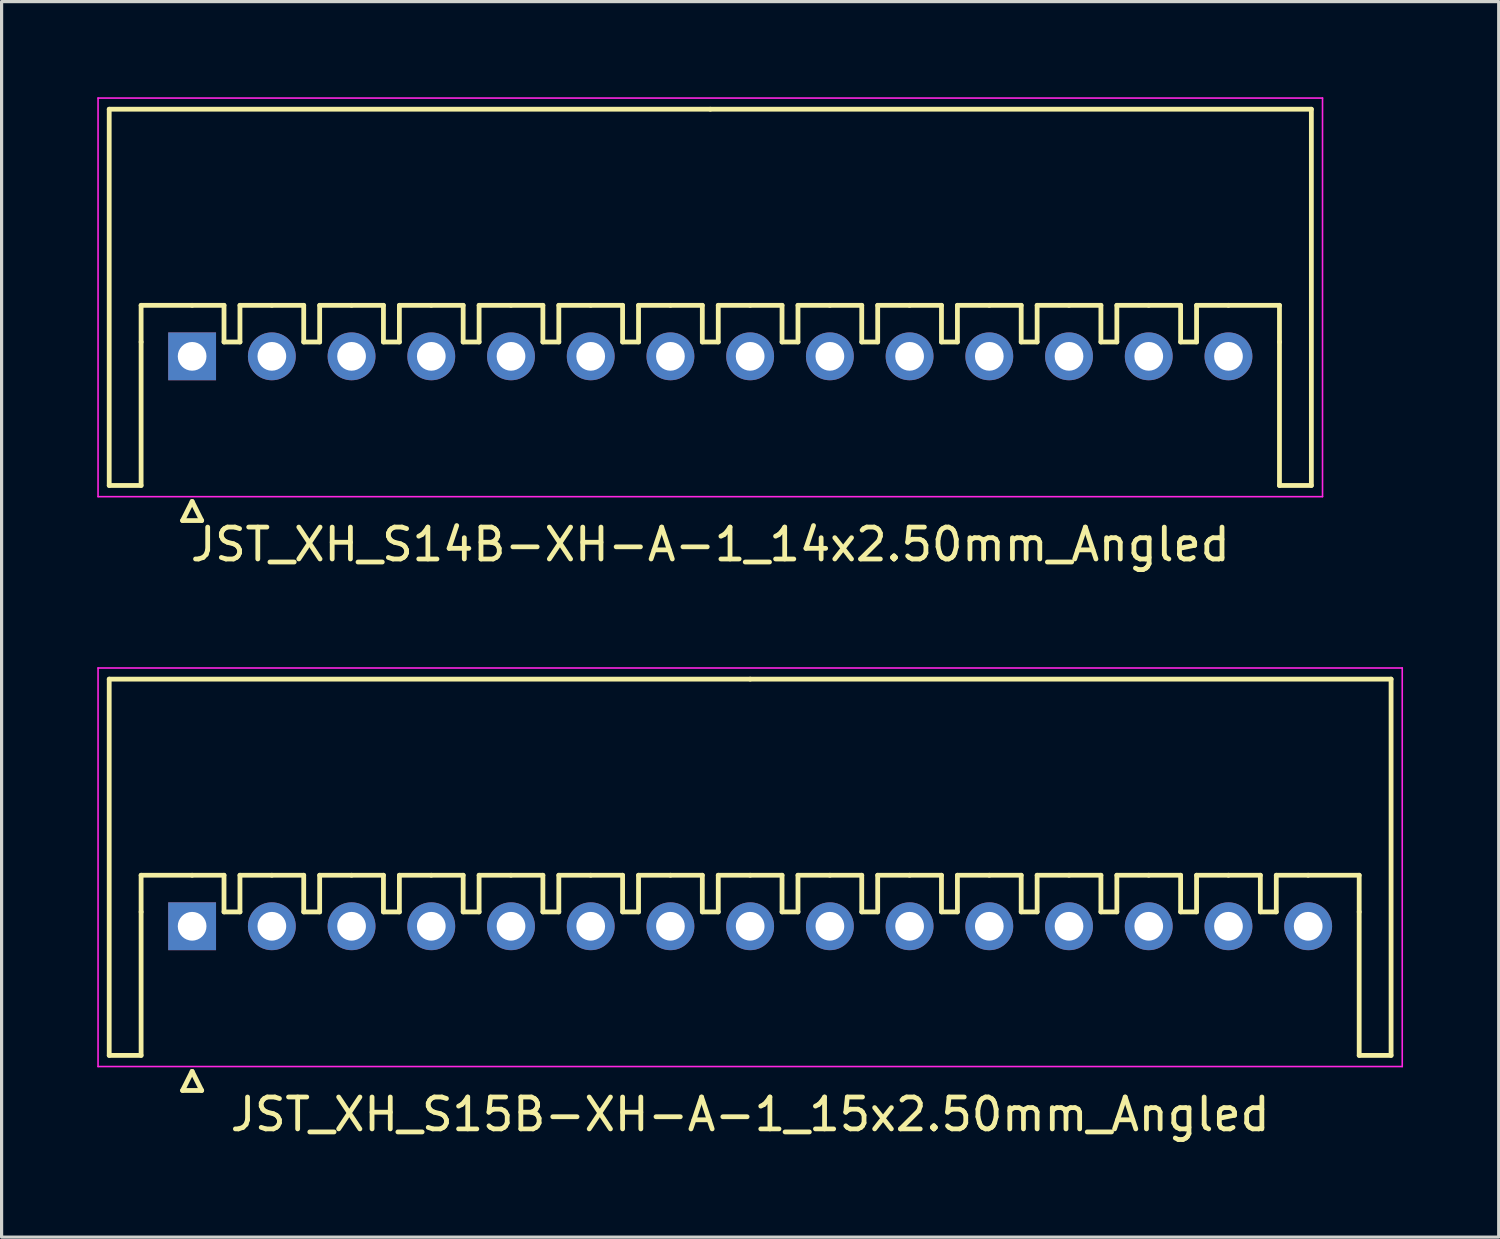
<source format=kicad_pcb>
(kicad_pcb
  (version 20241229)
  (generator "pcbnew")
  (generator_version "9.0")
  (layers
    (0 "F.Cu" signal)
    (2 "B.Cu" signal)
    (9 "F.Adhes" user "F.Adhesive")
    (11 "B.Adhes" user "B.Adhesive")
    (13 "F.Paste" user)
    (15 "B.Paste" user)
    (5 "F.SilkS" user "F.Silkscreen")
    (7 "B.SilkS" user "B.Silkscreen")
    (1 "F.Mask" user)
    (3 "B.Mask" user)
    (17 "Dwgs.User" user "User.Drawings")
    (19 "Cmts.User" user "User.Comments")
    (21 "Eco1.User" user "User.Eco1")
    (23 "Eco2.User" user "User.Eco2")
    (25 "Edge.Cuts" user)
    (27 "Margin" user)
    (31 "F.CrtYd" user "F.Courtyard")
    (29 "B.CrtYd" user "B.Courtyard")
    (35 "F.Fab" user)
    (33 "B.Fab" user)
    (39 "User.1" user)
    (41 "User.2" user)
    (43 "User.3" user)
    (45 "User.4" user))
  (footprint "JST_XH_S15B-XH-A-1_15x2.50mm_Angled"
    (layer "F.Cu")
    (at 2.975 25.998)
    (property "Reference" "JST_XH_S15B-XH-A-1_15x2.50mm_Angled" (at 17.5 5.9 0) (layer "F.SilkS") (effects (font (size 1 1) (thickness 0.15))))
    (attr through_hole)
    (fp_line (start -2.6 -7.75) (end -2.6 4.05) (stroke (width 0.15) (type solid)) (layer "F.SilkS"))
    (fp_line (start -2.6 4.05) (end -1.6 4.05) (stroke (width 0.15) (type solid)) (layer "F.SilkS"))
    (fp_line (start -1.6 -1.6) (end 0 -1.6) (stroke (width 0.15) (type solid)) (layer "F.SilkS"))
    (fp_line (start -1.6 -0.45) (end -1.6 -1.6) (stroke (width 0.15) (type solid)) (layer "F.SilkS"))
    (fp_line (start -1.6 4.05) (end -1.6 -0.45) (stroke (width 0.15) (type solid)) (layer "F.SilkS"))
    (fp_line (start -0.3 5.15) (end 0.3 5.15) (stroke (width 0.15) (type solid)) (layer "F.SilkS"))
    (fp_line (start 0 -1.6) (end 1 -1.6) (stroke (width 0.15) (type solid)) (layer "F.SilkS"))
    (fp_line (start 0 4.55) (end -0.3 5.15) (stroke (width 0.15) (type solid)) (layer "F.SilkS"))
    (fp_line (start 0.3 5.15) (end 0 4.55) (stroke (width 0.15) (type solid)) (layer "F.SilkS"))
    (fp_line (start 1 -1.6) (end 1 -0.45) (stroke (width 0.15) (type solid)) (layer "F.SilkS"))
    (fp_line (start 1 -0.45) (end 1.5 -0.45) (stroke (width 0.15) (type solid)) (layer "F.SilkS"))
    (fp_line (start 1.5 -1.6) (end 2.5 -1.6) (stroke (width 0.15) (type solid)) (layer "F.SilkS"))
    (fp_line (start 1.5 -0.45) (end 1.5 -1.6) (stroke (width 0.15) (type solid)) (layer "F.SilkS"))
    (fp_line (start 2.5 -1.6) (end 3.5 -1.6) (stroke (width 0.15) (type solid)) (layer "F.SilkS"))
    (fp_line (start 3.5 -1.6) (end 3.5 -0.45) (stroke (width 0.15) (type solid)) (layer "F.SilkS"))
    (fp_line (start 3.5 -0.45) (end 4 -0.45) (stroke (width 0.15) (type solid)) (layer "F.SilkS"))
    (fp_line (start 4 -1.6) (end 5 -1.6) (stroke (width 0.15) (type solid)) (layer "F.SilkS"))
    (fp_line (start 4 -0.45) (end 4 -1.6) (stroke (width 0.15) (type solid)) (layer "F.SilkS"))
    (fp_line (start 5 -1.6) (end 6 -1.6) (stroke (width 0.15) (type solid)) (layer "F.SilkS"))
    (fp_line (start 6 -1.6) (end 6 -0.45) (stroke (width 0.15) (type solid)) (layer "F.SilkS"))
    (fp_line (start 6 -0.45) (end 6.5 -0.45) (stroke (width 0.15) (type solid)) (layer "F.SilkS"))
    (fp_line (start 6.5 -1.6) (end 7.5 -1.6) (stroke (width 0.15) (type solid)) (layer "F.SilkS"))
    (fp_line (start 6.5 -0.45) (end 6.5 -1.6) (stroke (width 0.15) (type solid)) (layer "F.SilkS"))
    (fp_line (start 7.5 -1.6) (end 8.5 -1.6) (stroke (width 0.15) (type solid)) (layer "F.SilkS"))
    (fp_line (start 8.5 -1.6) (end 8.5 -0.45) (stroke (width 0.15) (type solid)) (layer "F.SilkS"))
    (fp_line (start 8.5 -0.45) (end 9 -0.45) (stroke (width 0.15) (type solid)) (layer "F.SilkS"))
    (fp_line (start 9 -1.6) (end 10 -1.6) (stroke (width 0.15) (type solid)) (layer "F.SilkS"))
    (fp_line (start 9 -0.45) (end 9 -1.6) (stroke (width 0.15) (type solid)) (layer "F.SilkS"))
    (fp_line (start 10 -1.6) (end 11 -1.6) (stroke (width 0.15) (type solid)) (layer "F.SilkS"))
    (fp_line (start 11 -1.6) (end 11 -0.45) (stroke (width 0.15) (type solid)) (layer "F.SilkS"))
    (fp_line (start 11 -0.45) (end 11.5 -0.45) (stroke (width 0.15) (type solid)) (layer "F.SilkS"))
    (fp_line (start 11.5 -1.6) (end 12.5 -1.6) (stroke (width 0.15) (type solid)) (layer "F.SilkS"))
    (fp_line (start 11.5 -0.45) (end 11.5 -1.6) (stroke (width 0.15) (type solid)) (layer "F.SilkS"))
    (fp_line (start 12.5 -1.6) (end 13.5 -1.6) (stroke (width 0.15) (type solid)) (layer "F.SilkS"))
    (fp_line (start 13.5 -1.6) (end 13.5 -0.45) (stroke (width 0.15) (type solid)) (layer "F.SilkS"))
    (fp_line (start 13.5 -0.45) (end 14 -0.45) (stroke (width 0.15) (type solid)) (layer "F.SilkS"))
    (fp_line (start 14 -1.6) (end 15 -1.6) (stroke (width 0.15) (type solid)) (layer "F.SilkS"))
    (fp_line (start 14 -0.45) (end 14 -1.6) (stroke (width 0.15) (type solid)) (layer "F.SilkS"))
    (fp_line (start 15 -1.6) (end 16 -1.6) (stroke (width 0.15) (type solid)) (layer "F.SilkS"))
    (fp_line (start 16 -1.6) (end 16 -0.45) (stroke (width 0.15) (type solid)) (layer "F.SilkS"))
    (fp_line (start 16 -0.45) (end 16.5 -0.45) (stroke (width 0.15) (type solid)) (layer "F.SilkS"))
    (fp_line (start 16.5 -1.6) (end 17.5 -1.6) (stroke (width 0.15) (type solid)) (layer "F.SilkS"))
    (fp_line (start 16.5 -0.45) (end 16.5 -1.6) (stroke (width 0.15) (type solid)) (layer "F.SilkS"))
    (fp_line (start 17.5 -7.75) (end -2.6 -7.75) (stroke (width 0.15) (type solid)) (layer "F.SilkS"))
    (fp_line (start 17.5 -7.75) (end 37.6 -7.75) (stroke (width 0.15) (type solid)) (layer "F.SilkS"))
    (fp_line (start 17.5 -1.6) (end 18.5 -1.6) (stroke (width 0.15) (type solid)) (layer "F.SilkS"))
    (fp_line (start 18.5 -1.6) (end 18.5 -0.45) (stroke (width 0.15) (type solid)) (layer "F.SilkS"))
    (fp_line (start 18.5 -0.45) (end 19 -0.45) (stroke (width 0.15) (type solid)) (layer "F.SilkS"))
    (fp_line (start 19 -1.6) (end 20 -1.6) (stroke (width 0.15) (type solid)) (layer "F.SilkS"))
    (fp_line (start 19 -0.45) (end 19 -1.6) (stroke (width 0.15) (type solid)) (layer "F.SilkS"))
    (fp_line (start 20 -1.6) (end 21 -1.6) (stroke (width 0.15) (type solid)) (layer "F.SilkS"))
    (fp_line (start 21 -1.6) (end 21 -0.45) (stroke (width 0.15) (type solid)) (layer "F.SilkS"))
    (fp_line (start 21 -0.45) (end 21.5 -0.45) (stroke (width 0.15) (type solid)) (layer "F.SilkS"))
    (fp_line (start 21.5 -1.6) (end 22.5 -1.6) (stroke (width 0.15) (type solid)) (layer "F.SilkS"))
    (fp_line (start 21.5 -0.45) (end 21.5 -1.6) (stroke (width 0.15) (type solid)) (layer "F.SilkS"))
    (fp_line (start 22.5 -1.6) (end 23.5 -1.6) (stroke (width 0.15) (type solid)) (layer "F.SilkS"))
    (fp_line (start 23.5 -1.6) (end 23.5 -0.45) (stroke (width 0.15) (type solid)) (layer "F.SilkS"))
    (fp_line (start 23.5 -0.45) (end 24 -0.45) (stroke (width 0.15) (type solid)) (layer "F.SilkS"))
    (fp_line (start 24 -1.6) (end 25 -1.6) (stroke (width 0.15) (type solid)) (layer "F.SilkS"))
    (fp_line (start 24 -0.45) (end 24 -1.6) (stroke (width 0.15) (type solid)) (layer "F.SilkS"))
    (fp_line (start 25 -1.6) (end 26 -1.6) (stroke (width 0.15) (type solid)) (layer "F.SilkS"))
    (fp_line (start 26 -1.6) (end 26 -0.45) (stroke (width 0.15) (type solid)) (layer "F.SilkS"))
    (fp_line (start 26 -0.45) (end 26.5 -0.45) (stroke (width 0.15) (type solid)) (layer "F.SilkS"))
    (fp_line (start 26.5 -1.6) (end 27.5 -1.6) (stroke (width 0.15) (type solid)) (layer "F.SilkS"))
    (fp_line (start 26.5 -0.45) (end 26.5 -1.6) (stroke (width 0.15) (type solid)) (layer "F.SilkS"))
    (fp_line (start 27.5 -1.6) (end 28.5 -1.6) (stroke (width 0.15) (type solid)) (layer "F.SilkS"))
    (fp_line (start 28.5 -1.6) (end 28.5 -0.45) (stroke (width 0.15) (type solid)) (layer "F.SilkS"))
    (fp_line (start 28.5 -0.45) (end 29 -0.45) (stroke (width 0.15) (type solid)) (layer "F.SilkS"))
    (fp_line (start 29 -1.6) (end 30 -1.6) (stroke (width 0.15) (type solid)) (layer "F.SilkS"))
    (fp_line (start 29 -0.45) (end 29 -1.6) (stroke (width 0.15) (type solid)) (layer "F.SilkS"))
    (fp_line (start 30 -1.6) (end 31 -1.6) (stroke (width 0.15) (type solid)) (layer "F.SilkS"))
    (fp_line (start 31 -1.6) (end 31 -0.45) (stroke (width 0.15) (type solid)) (layer "F.SilkS"))
    (fp_line (start 31 -0.45) (end 31.5 -0.45) (stroke (width 0.15) (type solid)) (layer "F.SilkS"))
    (fp_line (start 31.5 -1.6) (end 32.5 -1.6) (stroke (width 0.15) (type solid)) (layer "F.SilkS"))
    (fp_line (start 31.5 -0.45) (end 31.5 -1.6) (stroke (width 0.15) (type solid)) (layer "F.SilkS"))
    (fp_line (start 32.5 -1.6) (end 33.5 -1.6) (stroke (width 0.15) (type solid)) (layer "F.SilkS"))
    (fp_line (start 33.5 -1.6) (end 33.5 -0.45) (stroke (width 0.15) (type solid)) (layer "F.SilkS"))
    (fp_line (start 33.5 -0.45) (end 34 -0.45) (stroke (width 0.15) (type solid)) (layer "F.SilkS"))
    (fp_line (start 34 -1.6) (end 35 -1.6) (stroke (width 0.15) (type solid)) (layer "F.SilkS"))
    (fp_line (start 34 -0.45) (end 34 -1.6) (stroke (width 0.15) (type solid)) (layer "F.SilkS"))
    (fp_line (start 36.6 -1.6) (end 35 -1.6) (stroke (width 0.15) (type solid)) (layer "F.SilkS"))
    (fp_line (start 36.6 -0.45) (end 36.6 -1.6) (stroke (width 0.15) (type solid)) (layer "F.SilkS"))
    (fp_line (start 36.6 4.05) (end 36.6 -0.45) (stroke (width 0.15) (type solid)) (layer "F.SilkS"))
    (fp_line (start 37.6 -7.75) (end 37.6 4.05) (stroke (width 0.15) (type solid)) (layer "F.SilkS"))
    (fp_line (start 37.6 4.05) (end 36.6 4.05) (stroke (width 0.15) (type solid)) (layer "F.SilkS"))
    (fp_line (start -2.95 -8.1) (end -2.95 4.4) (stroke (width 0.05) (type solid)) (layer "F.CrtYd"))
    (fp_line (start -2.95 4.4) (end 37.95 4.4) (stroke (width 0.05) (type solid)) (layer "F.CrtYd"))
    (fp_line (start 37.95 -8.1) (end -2.95 -8.1) (stroke (width 0.05) (type solid)) (layer "F.CrtYd"))
    (fp_line (start 37.95 4.4) (end 37.95 -8.1) (stroke (width 0.05) (type solid)) (layer "F.CrtYd"))
    (pad "1" thru_hole rect (at 0 0) (size 1.5 1.5) (drill 0.9) (layers "*.Cu" "*.Mask"))
    (pad "2" thru_hole circle (at 2.5 0) (size 1.5 1.5) (drill 0.9) (layers "*.Cu" "*.Mask"))
    (pad "3" thru_hole circle (at 5 0) (size 1.5 1.5) (drill 0.9) (layers "*.Cu" "*.Mask"))
    (pad "4" thru_hole circle (at 7.5 0) (size 1.5 1.5) (drill 0.9) (layers "*.Cu" "*.Mask"))
    (pad "5" thru_hole circle (at 10 0) (size 1.5 1.5) (drill 0.9) (layers "*.Cu" "*.Mask"))
    (pad "6" thru_hole circle (at 12.5 0) (size 1.5 1.5) (drill 0.9) (layers "*.Cu" "*.Mask"))
    (pad "7" thru_hole circle (at 15 0) (size 1.5 1.5) (drill 0.9) (layers "*.Cu" "*.Mask"))
    (pad "8" thru_hole circle (at 17.5 0) (size 1.5 1.5) (drill 0.9) (layers "*.Cu" "*.Mask"))
    (pad "9" thru_hole circle (at 20 0) (size 1.5 1.5) (drill 0.9) (layers "*.Cu" "*.Mask"))
    (pad "10" thru_hole circle (at 22.5 0) (size 1.5 1.5) (drill 0.9) (layers "*.Cu" "*.Mask"))
    (pad "11" thru_hole circle (at 25 0) (size 1.5 1.5) (drill 0.9) (layers "*.Cu" "*.Mask"))
    (pad "12" thru_hole circle (at 27.5 0) (size 1.5 1.5) (drill 0.9) (layers "*.Cu" "*.Mask"))
    (pad "13" thru_hole circle (at 30 0) (size 1.5 1.5) (drill 0.9) (layers "*.Cu" "*.Mask"))
    (pad "14" thru_hole circle (at 32.5 0) (size 1.5 1.5) (drill 0.9) (layers "*.Cu" "*.Mask"))
    (pad "15" thru_hole circle (at 35 0) (size 1.5 1.5) (drill 0.9) (layers "*.Cu" "*.Mask")))
  (footprint "JST_XH_S14B-XH-A-1_14x2.50mm_Angled"
    (layer "F.Cu")
    (at 2.975 8.125)
    (property "Reference" "JST_XH_S14B-XH-A-1_14x2.50mm_Angled" (at 16.25 5.9 0) (layer "F.SilkS") (effects (font (size 1 1) (thickness 0.15))))
    (attr through_hole)
    (fp_line (start -2.6 -7.75) (end -2.6 4.05) (stroke (width 0.15) (type solid)) (layer "F.SilkS"))
    (fp_line (start -2.6 4.05) (end -1.6 4.05) (stroke (width 0.15) (type solid)) (layer "F.SilkS"))
    (fp_line (start -1.6 -1.6) (end 0 -1.6) (stroke (width 0.15) (type solid)) (layer "F.SilkS"))
    (fp_line (start -1.6 -0.45) (end -1.6 -1.6) (stroke (width 0.15) (type solid)) (layer "F.SilkS"))
    (fp_line (start -1.6 4.05) (end -1.6 -0.45) (stroke (width 0.15) (type solid)) (layer "F.SilkS"))
    (fp_line (start -0.3 5.15) (end 0.3 5.15) (stroke (width 0.15) (type solid)) (layer "F.SilkS"))
    (fp_line (start 0 -1.6) (end 1 -1.6) (stroke (width 0.15) (type solid)) (layer "F.SilkS"))
    (fp_line (start 0 4.55) (end -0.3 5.15) (stroke (width 0.15) (type solid)) (layer "F.SilkS"))
    (fp_line (start 0.3 5.15) (end 0 4.55) (stroke (width 0.15) (type solid)) (layer "F.SilkS"))
    (fp_line (start 1 -1.6) (end 1 -0.45) (stroke (width 0.15) (type solid)) (layer "F.SilkS"))
    (fp_line (start 1 -0.45) (end 1.5 -0.45) (stroke (width 0.15) (type solid)) (layer "F.SilkS"))
    (fp_line (start 1.5 -1.6) (end 2.5 -1.6) (stroke (width 0.15) (type solid)) (layer "F.SilkS"))
    (fp_line (start 1.5 -0.45) (end 1.5 -1.6) (stroke (width 0.15) (type solid)) (layer "F.SilkS"))
    (fp_line (start 2.5 -1.6) (end 3.5 -1.6) (stroke (width 0.15) (type solid)) (layer "F.SilkS"))
    (fp_line (start 3.5 -1.6) (end 3.5 -0.45) (stroke (width 0.15) (type solid)) (layer "F.SilkS"))
    (fp_line (start 3.5 -0.45) (end 4 -0.45) (stroke (width 0.15) (type solid)) (layer "F.SilkS"))
    (fp_line (start 4 -1.6) (end 5 -1.6) (stroke (width 0.15) (type solid)) (layer "F.SilkS"))
    (fp_line (start 4 -0.45) (end 4 -1.6) (stroke (width 0.15) (type solid)) (layer "F.SilkS"))
    (fp_line (start 5 -1.6) (end 6 -1.6) (stroke (width 0.15) (type solid)) (layer "F.SilkS"))
    (fp_line (start 6 -1.6) (end 6 -0.45) (stroke (width 0.15) (type solid)) (layer "F.SilkS"))
    (fp_line (start 6 -0.45) (end 6.5 -0.45) (stroke (width 0.15) (type solid)) (layer "F.SilkS"))
    (fp_line (start 6.5 -1.6) (end 7.5 -1.6) (stroke (width 0.15) (type solid)) (layer "F.SilkS"))
    (fp_line (start 6.5 -0.45) (end 6.5 -1.6) (stroke (width 0.15) (type solid)) (layer "F.SilkS"))
    (fp_line (start 7.5 -1.6) (end 8.5 -1.6) (stroke (width 0.15) (type solid)) (layer "F.SilkS"))
    (fp_line (start 8.5 -1.6) (end 8.5 -0.45) (stroke (width 0.15) (type solid)) (layer "F.SilkS"))
    (fp_line (start 8.5 -0.45) (end 9 -0.45) (stroke (width 0.15) (type solid)) (layer "F.SilkS"))
    (fp_line (start 9 -1.6) (end 10 -1.6) (stroke (width 0.15) (type solid)) (layer "F.SilkS"))
    (fp_line (start 9 -0.45) (end 9 -1.6) (stroke (width 0.15) (type solid)) (layer "F.SilkS"))
    (fp_line (start 10 -1.6) (end 11 -1.6) (stroke (width 0.15) (type solid)) (layer "F.SilkS"))
    (fp_line (start 11 -1.6) (end 11 -0.45) (stroke (width 0.15) (type solid)) (layer "F.SilkS"))
    (fp_line (start 11 -0.45) (end 11.5 -0.45) (stroke (width 0.15) (type solid)) (layer "F.SilkS"))
    (fp_line (start 11.5 -1.6) (end 12.5 -1.6) (stroke (width 0.15) (type solid)) (layer "F.SilkS"))
    (fp_line (start 11.5 -0.45) (end 11.5 -1.6) (stroke (width 0.15) (type solid)) (layer "F.SilkS"))
    (fp_line (start 12.5 -1.6) (end 13.5 -1.6) (stroke (width 0.15) (type solid)) (layer "F.SilkS"))
    (fp_line (start 13.5 -1.6) (end 13.5 -0.45) (stroke (width 0.15) (type solid)) (layer "F.SilkS"))
    (fp_line (start 13.5 -0.45) (end 14 -0.45) (stroke (width 0.15) (type solid)) (layer "F.SilkS"))
    (fp_line (start 14 -1.6) (end 15 -1.6) (stroke (width 0.15) (type solid)) (layer "F.SilkS"))
    (fp_line (start 14 -0.45) (end 14 -1.6) (stroke (width 0.15) (type solid)) (layer "F.SilkS"))
    (fp_line (start 15 -1.6) (end 16 -1.6) (stroke (width 0.15) (type solid)) (layer "F.SilkS"))
    (fp_line (start 16 -1.6) (end 16 -0.45) (stroke (width 0.15) (type solid)) (layer "F.SilkS"))
    (fp_line (start 16 -0.45) (end 16.5 -0.45) (stroke (width 0.15) (type solid)) (layer "F.SilkS"))
    (fp_line (start 16.25 -7.75) (end -2.6 -7.75) (stroke (width 0.15) (type solid)) (layer "F.SilkS"))
    (fp_line (start 16.25 -7.75) (end 35.1 -7.75) (stroke (width 0.15) (type solid)) (layer "F.SilkS"))
    (fp_line (start 16.5 -1.6) (end 17.5 -1.6) (stroke (width 0.15) (type solid)) (layer "F.SilkS"))
    (fp_line (start 16.5 -0.45) (end 16.5 -1.6) (stroke (width 0.15) (type solid)) (layer "F.SilkS"))
    (fp_line (start 17.5 -1.6) (end 18.5 -1.6) (stroke (width 0.15) (type solid)) (layer "F.SilkS"))
    (fp_line (start 18.5 -1.6) (end 18.5 -0.45) (stroke (width 0.15) (type solid)) (layer "F.SilkS"))
    (fp_line (start 18.5 -0.45) (end 19 -0.45) (stroke (width 0.15) (type solid)) (layer "F.SilkS"))
    (fp_line (start 19 -1.6) (end 20 -1.6) (stroke (width 0.15) (type solid)) (layer "F.SilkS"))
    (fp_line (start 19 -0.45) (end 19 -1.6) (stroke (width 0.15) (type solid)) (layer "F.SilkS"))
    (fp_line (start 20 -1.6) (end 21 -1.6) (stroke (width 0.15) (type solid)) (layer "F.SilkS"))
    (fp_line (start 21 -1.6) (end 21 -0.45) (stroke (width 0.15) (type solid)) (layer "F.SilkS"))
    (fp_line (start 21 -0.45) (end 21.5 -0.45) (stroke (width 0.15) (type solid)) (layer "F.SilkS"))
    (fp_line (start 21.5 -1.6) (end 22.5 -1.6) (stroke (width 0.15) (type solid)) (layer "F.SilkS"))
    (fp_line (start 21.5 -0.45) (end 21.5 -1.6) (stroke (width 0.15) (type solid)) (layer "F.SilkS"))
    (fp_line (start 22.5 -1.6) (end 23.5 -1.6) (stroke (width 0.15) (type solid)) (layer "F.SilkS"))
    (fp_line (start 23.5 -1.6) (end 23.5 -0.45) (stroke (width 0.15) (type solid)) (layer "F.SilkS"))
    (fp_line (start 23.5 -0.45) (end 24 -0.45) (stroke (width 0.15) (type solid)) (layer "F.SilkS"))
    (fp_line (start 24 -1.6) (end 25 -1.6) (stroke (width 0.15) (type solid)) (layer "F.SilkS"))
    (fp_line (start 24 -0.45) (end 24 -1.6) (stroke (width 0.15) (type solid)) (layer "F.SilkS"))
    (fp_line (start 25 -1.6) (end 26 -1.6) (stroke (width 0.15) (type solid)) (layer "F.SilkS"))
    (fp_line (start 26 -1.6) (end 26 -0.45) (stroke (width 0.15) (type solid)) (layer "F.SilkS"))
    (fp_line (start 26 -0.45) (end 26.5 -0.45) (stroke (width 0.15) (type solid)) (layer "F.SilkS"))
    (fp_line (start 26.5 -1.6) (end 27.5 -1.6) (stroke (width 0.15) (type solid)) (layer "F.SilkS"))
    (fp_line (start 26.5 -0.45) (end 26.5 -1.6) (stroke (width 0.15) (type solid)) (layer "F.SilkS"))
    (fp_line (start 27.5 -1.6) (end 28.5 -1.6) (stroke (width 0.15) (type solid)) (layer "F.SilkS"))
    (fp_line (start 28.5 -1.6) (end 28.5 -0.45) (stroke (width 0.15) (type solid)) (layer "F.SilkS"))
    (fp_line (start 28.5 -0.45) (end 29 -0.45) (stroke (width 0.15) (type solid)) (layer "F.SilkS"))
    (fp_line (start 29 -1.6) (end 30 -1.6) (stroke (width 0.15) (type solid)) (layer "F.SilkS"))
    (fp_line (start 29 -0.45) (end 29 -1.6) (stroke (width 0.15) (type solid)) (layer "F.SilkS"))
    (fp_line (start 30 -1.6) (end 31 -1.6) (stroke (width 0.15) (type solid)) (layer "F.SilkS"))
    (fp_line (start 31 -1.6) (end 31 -0.45) (stroke (width 0.15) (type solid)) (layer "F.SilkS"))
    (fp_line (start 31 -0.45) (end 31.5 -0.45) (stroke (width 0.15) (type solid)) (layer "F.SilkS"))
    (fp_line (start 31.5 -1.6) (end 32.5 -1.6) (stroke (width 0.15) (type solid)) (layer "F.SilkS"))
    (fp_line (start 31.5 -0.45) (end 31.5 -1.6) (stroke (width 0.15) (type solid)) (layer "F.SilkS"))
    (fp_line (start 34.1 -1.6) (end 32.5 -1.6) (stroke (width 0.15) (type solid)) (layer "F.SilkS"))
    (fp_line (start 34.1 -0.45) (end 34.1 -1.6) (stroke (width 0.15) (type solid)) (layer "F.SilkS"))
    (fp_line (start 34.1 4.05) (end 34.1 -0.45) (stroke (width 0.15) (type solid)) (layer "F.SilkS"))
    (fp_line (start 35.1 -7.75) (end 35.1 4.05) (stroke (width 0.15) (type solid)) (layer "F.SilkS"))
    (fp_line (start 35.1 4.05) (end 34.1 4.05) (stroke (width 0.15) (type solid)) (layer "F.SilkS"))
    (fp_line (start -2.95 -8.1) (end -2.95 4.4) (stroke (width 0.05) (type solid)) (layer "F.CrtYd"))
    (fp_line (start -2.95 4.4) (end 35.45 4.4) (stroke (width 0.05) (type solid)) (layer "F.CrtYd"))
    (fp_line (start 35.45 -8.1) (end -2.95 -8.1) (stroke (width 0.05) (type solid)) (layer "F.CrtYd"))
    (fp_line (start 35.45 4.4) (end 35.45 -8.1) (stroke (width 0.05) (type solid)) (layer "F.CrtYd"))
    (pad "1" thru_hole rect (at 0 0) (size 1.5 1.5) (drill 0.9) (layers "*.Cu" "*.Mask"))
    (pad "2" thru_hole circle (at 2.5 0) (size 1.5 1.5) (drill 0.9) (layers "*.Cu" "*.Mask"))
    (pad "3" thru_hole circle (at 5 0) (size 1.5 1.5) (drill 0.9) (layers "*.Cu" "*.Mask"))
    (pad "4" thru_hole circle (at 7.5 0) (size 1.5 1.5) (drill 0.9) (layers "*.Cu" "*.Mask"))
    (pad "5" thru_hole circle (at 10 0) (size 1.5 1.5) (drill 0.9) (layers "*.Cu" "*.Mask"))
    (pad "6" thru_hole circle (at 12.5 0) (size 1.5 1.5) (drill 0.9) (layers "*.Cu" "*.Mask"))
    (pad "7" thru_hole circle (at 15 0) (size 1.5 1.5) (drill 0.9) (layers "*.Cu" "*.Mask"))
    (pad "8" thru_hole circle (at 17.5 0) (size 1.5 1.5) (drill 0.9) (layers "*.Cu" "*.Mask"))
    (pad "9" thru_hole circle (at 20 0) (size 1.5 1.5) (drill 0.9) (layers "*.Cu" "*.Mask"))
    (pad "10" thru_hole circle (at 22.5 0) (size 1.5 1.5) (drill 0.9) (layers "*.Cu" "*.Mask"))
    (pad "11" thru_hole circle (at 25 0) (size 1.5 1.5) (drill 0.9) (layers "*.Cu" "*.Mask"))
    (pad "12" thru_hole circle (at 27.5 0) (size 1.5 1.5) (drill 0.9) (layers "*.Cu" "*.Mask"))
    (pad "13" thru_hole circle (at 30 0) (size 1.5 1.5) (drill 0.9) (layers "*.Cu" "*.Mask"))
    (pad "14" thru_hole circle (at 32.5 0) (size 1.5 1.5) (drill 0.9) (layers "*.Cu" "*.Mask")))
  (gr_rect
    (start -3 -3)
    (end 43.95 35.746)
    (stroke (width 0.1) (type default))
    (fill no)
    (layer "Edge.Cuts")))
</source>
